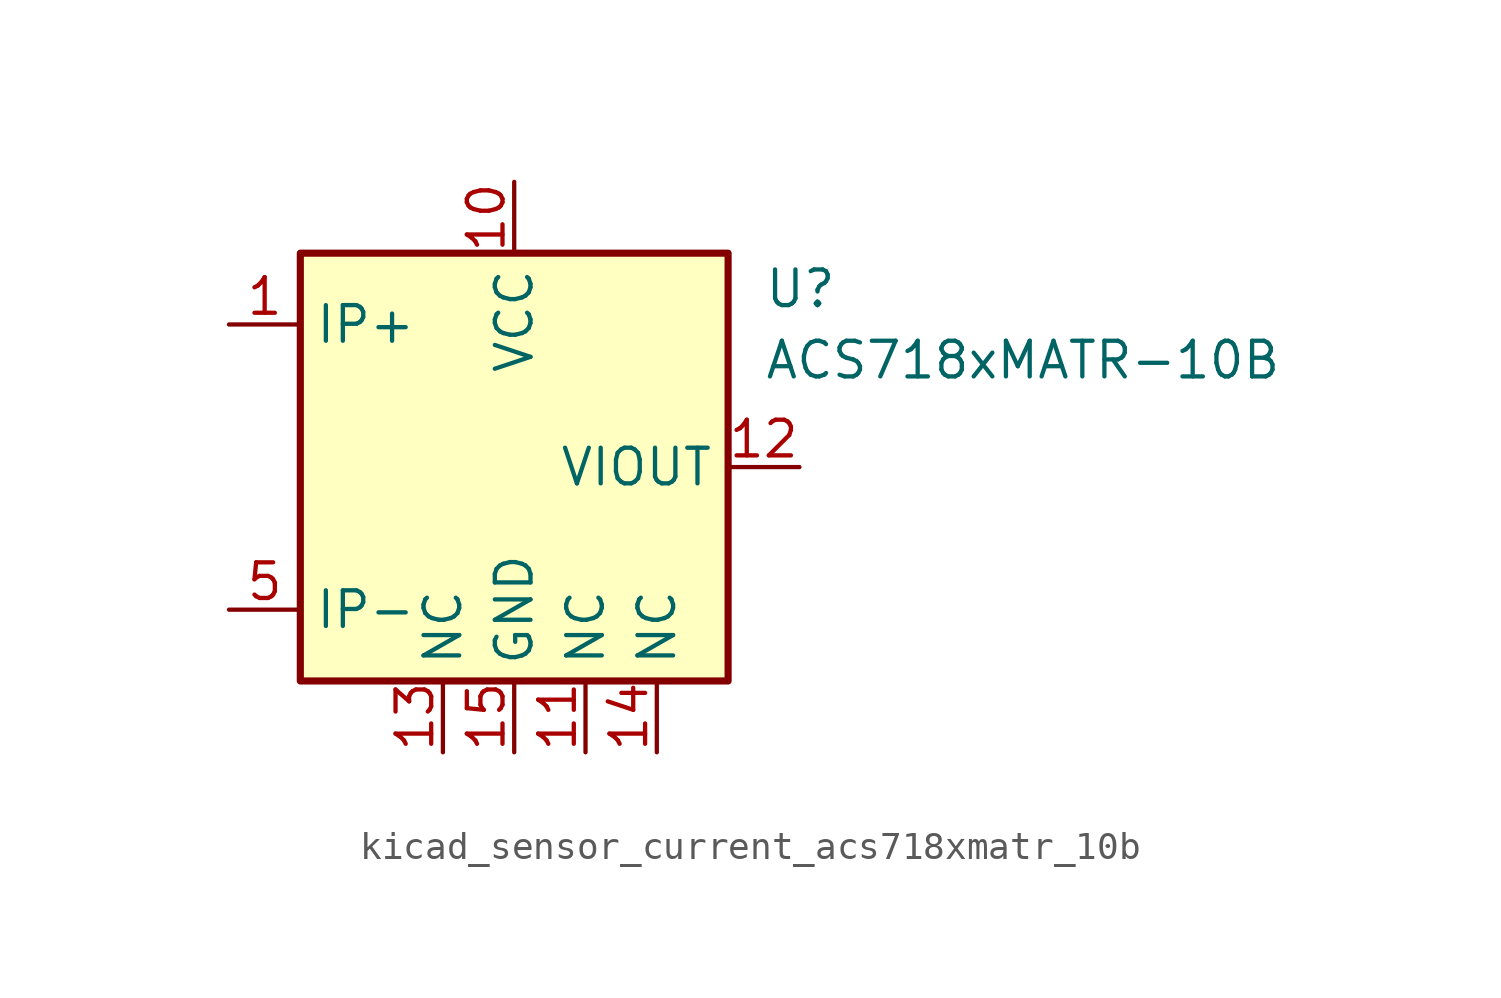
<source format=kicad_sym>
(kicad_symbol_lib
  (version 20220914)
  (generator kicad_symbol_editor)
  (symbol "kicad_sensor_current_acs718xmatr_10b"
    (property "Reference" "U"
      (at 8.89 6.35 0)
      (effects (font (size 1.27 1.27)) (justify left)))
    (property "Value" "ACS718xMATR-10B"
      (at 8.89 3.81 0)
      (effects (font (size 1.27 1.27)) (justify left)))
    (symbol "kicad_sensor_current_acs718xmatr_10b_0_1"
      (rectangle (start -7.62 7.62) (end 7.62 -7.62) (stroke (width 0.254) (type default)) (fill (type background))))
    (symbol "kicad_sensor_current_acs718xmatr_10b_1_1"
      (pin passive line (at -10.16 5.08 0) (length 2.54) (name "IP+" (effects (font (size 1.27 1.27)))) (number "1" (effects (font (size 1.27 1.27)))))
      (pin power_in line (at 0 10.16 270) (length 2.54) (name "VCC" (effects (font (size 1.27 1.27)))) (number "10" (effects (font (size 1.27 1.27)))))
      (pin passive line (at 2.54 -10.16 90) (length 2.54) (name "NC" (effects (font (size 1.27 1.27)))) (number "11" (effects (font (size 1.27 1.27)))))
      (pin output line (at 10.16 0 180) (length 2.54) (name "VIOUT" (effects (font (size 1.27 1.27)))) (number "12" (effects (font (size 1.27 1.27)))))
      (pin passive line (at -2.54 -10.16 90) (length 2.54) (name "NC" (effects (font (size 1.27 1.27)))) (number "13" (effects (font (size 1.27 1.27)))))
      (pin passive line (at 5.08 -10.16 90) (length 2.54) (name "NC" (effects (font (size 1.27 1.27)))) (number "14" (effects (font (size 1.27 1.27)))))
      (pin power_in line (at 0 -10.16 90) (length 2.54) (name "GND" (effects (font (size 1.27 1.27)))) (number "15" (effects (font (size 1.27 1.27)))))
      (pin no_connect line (at 7.62 2.54 180) (length 2.54) hide (name "NC" (effects (font (size 1.27 1.27)))) (number "16" (effects (font (size 1.27 1.27)))))
      (pin passive line (at -10.16 5.08 0) (length 2.54) hide (name "IP+" (effects (font (size 1.27 1.27)))) (number "2" (effects (font (size 1.27 1.27)))))
      (pin passive line (at -10.16 5.08 0) (length 2.54) hide (name "IP+" (effects (font (size 1.27 1.27)))) (number "3" (effects (font (size 1.27 1.27)))))
      (pin passive line (at -10.16 5.08 0) (length 2.54) hide (name "IP+" (effects (font (size 1.27 1.27)))) (number "4" (effects (font (size 1.27 1.27)))))
      (pin passive line (at -10.16 -5.08 0) (length 2.54) (name "IP-" (effects (font (size 1.27 1.27)))) (number "5" (effects (font (size 1.27 1.27)))))
      (pin passive line (at -10.16 -5.08 0) (length 2.54) hide (name "IP-" (effects (font (size 1.27 1.27)))) (number "6" (effects (font (size 1.27 1.27)))))
      (pin passive line (at -10.16 -5.08 0) (length 2.54) hide (name "IP-" (effects (font (size 1.27 1.27)))) (number "7" (effects (font (size 1.27 1.27)))))
      (pin passive line (at -10.16 -5.08 0) (length 2.54) hide (name "IP-" (effects (font (size 1.27 1.27)))) (number "8" (effects (font (size 1.27 1.27)))))
      (pin no_connect line (at 7.62 5.08 180) (length 2.54) hide (name "NC" (effects (font (size 1.27 1.27)))) (number "9" (effects (font (size 1.27 1.27))))))))
</source>
